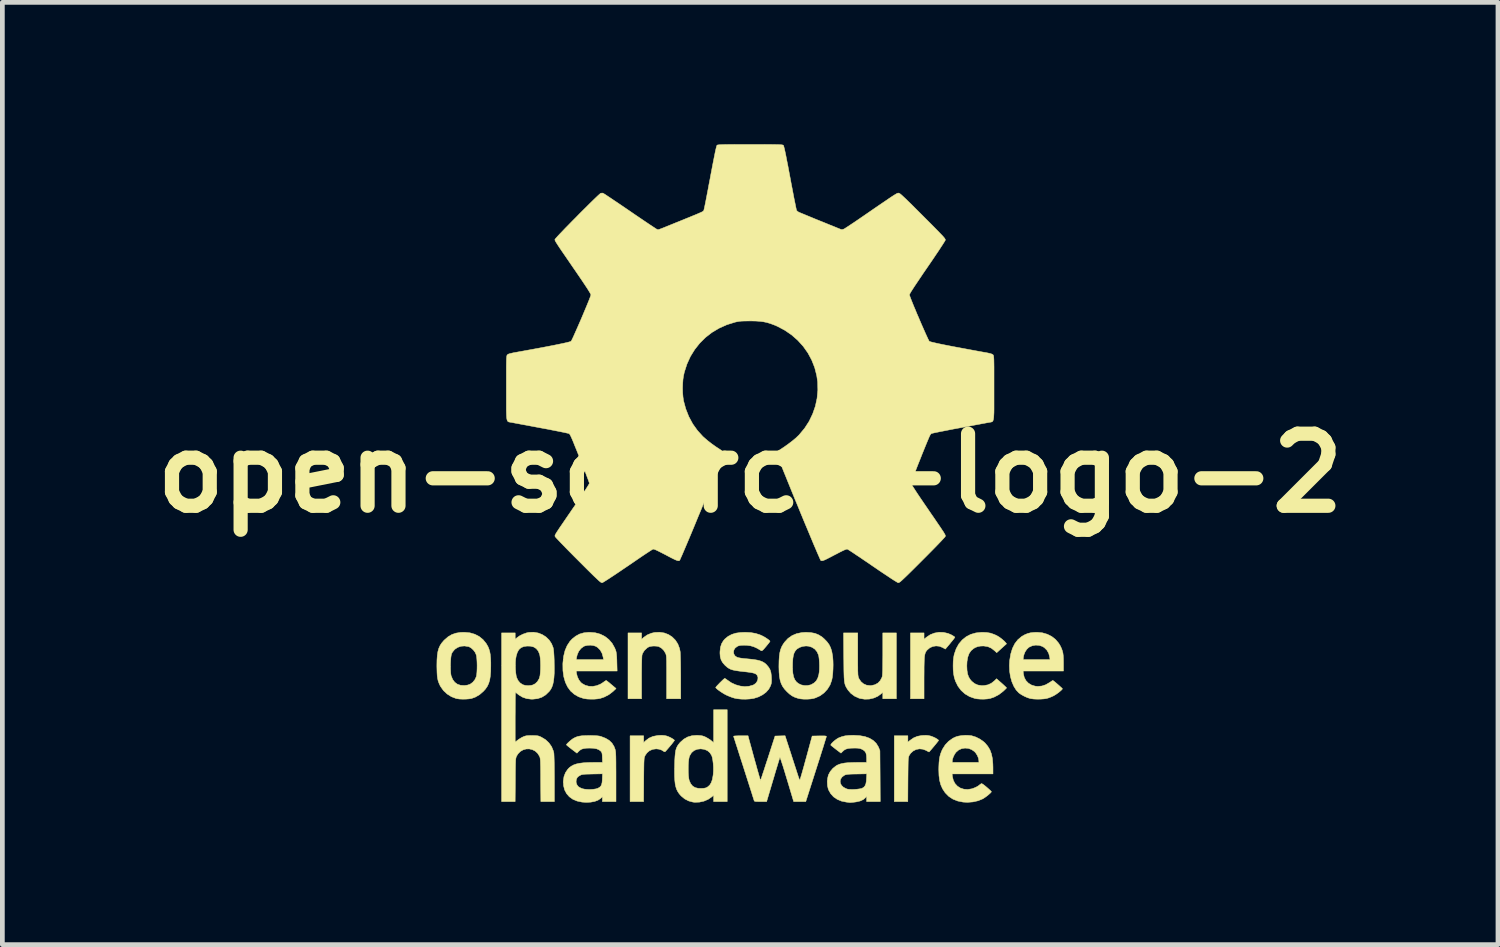
<source format=kicad_pcb>
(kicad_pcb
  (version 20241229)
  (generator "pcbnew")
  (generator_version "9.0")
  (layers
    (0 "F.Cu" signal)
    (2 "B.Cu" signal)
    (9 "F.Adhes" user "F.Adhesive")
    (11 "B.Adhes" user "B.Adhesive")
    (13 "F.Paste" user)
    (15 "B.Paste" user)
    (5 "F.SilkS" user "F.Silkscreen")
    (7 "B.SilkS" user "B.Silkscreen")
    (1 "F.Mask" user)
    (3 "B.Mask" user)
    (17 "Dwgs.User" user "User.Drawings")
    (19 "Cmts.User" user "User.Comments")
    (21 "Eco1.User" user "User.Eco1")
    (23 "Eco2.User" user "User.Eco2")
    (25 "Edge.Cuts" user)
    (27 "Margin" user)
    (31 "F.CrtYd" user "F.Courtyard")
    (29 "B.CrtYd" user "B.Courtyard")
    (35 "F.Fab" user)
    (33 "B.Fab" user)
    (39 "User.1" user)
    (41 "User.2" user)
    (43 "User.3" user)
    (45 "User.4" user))
  (footprint "open-source-logo-2"
    (layer "F.Cu")
    (at 12.816 6.957)
    (property "Reference" "open-source-logo-2" (at 0 0 0) (layer "F.SilkS") (effects (font (size 1.524 1.524) (thickness 0.3))))
    (attr through_hole)
    (fp_poly (pts (xy 4.089 3.368) (xy 4.185 3.39) (xy 4.253 3.419) (xy 4.289 3.44) (xy 4.316 3.457) (xy 4.329 3.469) (xy 4.329 3.47) (xy 4.322 3.482) (xy 4.304 3.508) (xy 4.276 3.543) (xy 4.241 3.585) (xy 4.229 3.601) (xy 4.128 3.721) (xy 4.07 3.688) (xy 4.003 3.661) (xy 3.931 3.654) (xy 3.862 3.665) (xy 3.798 3.694) (xy 3.745 3.739) (xy 3.729 3.758) (xy 3.716 3.777) (xy 3.705 3.799) (xy 3.697 3.825) (xy 3.69 3.859) (xy 3.685 3.901) (xy 3.682 3.954) (xy 3.68 4.021) (xy 3.678 4.103) (xy 3.678 4.203) (xy 3.677 4.322) (xy 3.677 4.771) (xy 3.39 4.771) (xy 3.39 3.379) (xy 3.677 3.379) (xy 3.677 3.513) (xy 3.73 3.469) (xy 3.809 3.416) (xy 3.898 3.382) (xy 3.993 3.365) (xy 4.089 3.368)) (stroke (width 0.01) (type solid)) (fill yes) (layer "F.SilkS"))
    (fp_poly (pts (xy -1.806 5.55) (xy -1.766 5.559) (xy -1.73 5.572) (xy -1.69 5.59) (xy -1.652 5.611) (xy -1.622 5.63) (xy -1.604 5.646) (xy -1.601 5.652) (xy -1.608 5.663) (xy -1.626 5.687) (xy -1.652 5.721) (xy -1.683 5.759) (xy -1.716 5.798) (xy -1.748 5.835) (xy -1.775 5.866) (xy -1.794 5.886) (xy -1.8 5.892) (xy -1.817 5.891) (xy -1.832 5.882) (xy -1.874 5.856) (xy -1.928 5.838) (xy -1.987 5.831) (xy -1.988 5.831) (xy -2.062 5.841) (xy -2.129 5.87) (xy -2.183 5.916) (xy -2.221 5.971) (xy -2.227 5.985) (xy -2.233 5.998) (xy -2.237 6.012) (xy -2.241 6.031) (xy -2.243 6.057) (xy -2.245 6.09) (xy -2.247 6.135) (xy -2.248 6.192) (xy -2.249 6.265) (xy -2.25 6.355) (xy -2.251 6.464) (xy -2.251 6.485) (xy -2.254 6.946) (xy -2.54 6.946) (xy -2.54 5.555) (xy -2.253 5.555) (xy -2.253 5.699) (xy -2.211 5.659) (xy -2.141 5.605) (xy -2.057 5.568) (xy -1.959 5.549) (xy -1.928 5.546) (xy -1.86 5.545) (xy -1.806 5.55)) (stroke (width 0.01) (type solid)) (fill yes) (layer "F.SilkS"))
    (fp_poly (pts (xy 3.766 5.549) (xy 3.809 5.558) (xy 3.827 5.563) (xy 3.869 5.579) (xy 3.911 5.598) (xy 3.947 5.619) (xy 3.973 5.637) (xy 3.985 5.652) (xy 3.985 5.654) (xy 3.977 5.665) (xy 3.958 5.689) (xy 3.932 5.722) (xy 3.901 5.76) (xy 3.868 5.799) (xy 3.837 5.836) (xy 3.81 5.867) (xy 3.791 5.889) (xy 3.783 5.897) (xy 3.783 5.897) (xy 3.773 5.892) (xy 3.749 5.88) (xy 3.721 5.864) (xy 3.651 5.838) (xy 3.58 5.831) (xy 3.511 5.844) (xy 3.449 5.875) (xy 3.395 5.923) (xy 3.364 5.969) (xy 3.359 5.98) (xy 3.354 5.993) (xy 3.35 6.008) (xy 3.347 6.028) (xy 3.344 6.055) (xy 3.342 6.091) (xy 3.341 6.14) (xy 3.34 6.201) (xy 3.339 6.279) (xy 3.338 6.374) (xy 3.337 6.48) (xy 3.334 6.946) (xy 3.048 6.946) (xy 3.048 5.555) (xy 3.335 5.555) (xy 3.335 5.689) (xy 3.383 5.65) (xy 3.457 5.599) (xy 3.536 5.566) (xy 3.625 5.549) (xy 3.66 5.547) (xy 3.72 5.545) (xy 3.766 5.549)) (stroke (width 0.01) (type solid)) (fill yes) (layer "F.SilkS"))
    (fp_poly (pts (xy -1.816 3.38) (xy -1.727 3.414) (xy -1.648 3.466) (xy -1.582 3.532) (xy -1.53 3.613) (xy -1.494 3.707) (xy -1.48 3.777) (xy -1.478 3.807) (xy -1.476 3.855) (xy -1.474 3.92) (xy -1.472 3.998) (xy -1.471 4.086) (xy -1.47 4.182) (xy -1.469 4.283) (xy -1.469 4.315) (xy -1.469 4.771) (xy -1.767 4.771) (xy -1.767 4.315) (xy -1.767 4.203) (xy -1.767 4.111) (xy -1.768 4.036) (xy -1.768 3.977) (xy -1.77 3.931) (xy -1.771 3.895) (xy -1.774 3.869) (xy -1.777 3.849) (xy -1.781 3.833) (xy -1.786 3.819) (xy -1.792 3.806) (xy -1.793 3.804) (xy -1.829 3.746) (xy -1.878 3.699) (xy -1.932 3.669) (xy -1.938 3.666) (xy -1.972 3.66) (xy -2.016 3.657) (xy -2.055 3.657) (xy -2.101 3.662) (xy -2.136 3.671) (xy -2.167 3.687) (xy -2.178 3.695) (xy -2.235 3.747) (xy -2.274 3.809) (xy -2.286 3.842) (xy -2.289 3.863) (xy -2.291 3.904) (xy -2.293 3.963) (xy -2.295 4.039) (xy -2.296 4.128) (xy -2.297 4.23) (xy -2.297 4.326) (xy -2.297 4.771) (xy -2.584 4.771) (xy -2.584 3.379) (xy -2.297 3.379) (xy -2.297 3.514) (xy -2.251 3.473) (xy -2.178 3.422) (xy -2.092 3.386) (xy -2.018 3.369) (xy -1.914 3.365) (xy -1.816 3.38)) (stroke (width 0.01) (type solid)) (fill yes) (layer "F.SilkS"))
    (fp_poly (pts (xy 2.275 3.835) (xy 2.275 3.947) (xy 2.275 4.039) (xy 2.276 4.114) (xy 2.276 4.173) (xy 2.278 4.22) (xy 2.279 4.255) (xy 2.282 4.281) (xy 2.285 4.301) (xy 2.289 4.317) (xy 2.294 4.331) (xy 2.3 4.345) (xy 2.301 4.346) (xy 2.342 4.409) (xy 2.396 4.455) (xy 2.461 4.484) (xy 2.536 4.493) (xy 2.562 4.492) (xy 2.638 4.475) (xy 2.701 4.44) (xy 2.751 4.388) (xy 2.786 4.322) (xy 2.793 4.3) (xy 2.796 4.276) (xy 2.799 4.231) (xy 2.802 4.165) (xy 2.803 4.08) (xy 2.804 3.977) (xy 2.805 3.855) (xy 2.805 3.818) (xy 2.805 3.379) (xy 3.092 3.379) (xy 3.092 4.771) (xy 2.805 4.771) (xy 2.805 4.634) (xy 2.775 4.662) (xy 2.7 4.718) (xy 2.614 4.756) (xy 2.52 4.778) (xy 2.423 4.781) (xy 2.327 4.766) (xy 2.297 4.757) (xy 2.208 4.716) (xy 2.131 4.659) (xy 2.07 4.589) (xy 2.063 4.579) (xy 2.046 4.551) (xy 2.031 4.527) (xy 2.019 4.502) (xy 2.009 4.477) (xy 2.001 4.447) (xy 1.994 4.412) (xy 1.99 4.369) (xy 1.986 4.315) (xy 1.984 4.249) (xy 1.982 4.169) (xy 1.981 4.072) (xy 1.98 3.956) (xy 1.979 3.89) (xy 1.975 3.379) (xy 2.275 3.379) (xy 2.275 3.835)) (stroke (width 0.01) (type solid)) (fill yes) (layer "F.SilkS"))
    (fp_poly (pts (xy 5.002 3.37) (xy 5.084 3.384) (xy 5.163 3.412) (xy 5.214 3.435) (xy 5.266 3.466) (xy 5.32 3.506) (xy 5.369 3.548) (xy 5.403 3.584) (xy 5.422 3.609) (xy 5.318 3.703) (xy 5.214 3.797) (xy 5.17 3.756) (xy 5.101 3.702) (xy 5.027 3.669) (xy 4.946 3.656) (xy 4.932 3.655) (xy 4.864 3.658) (xy 4.81 3.669) (xy 4.761 3.688) (xy 4.724 3.71) (xy 4.671 3.755) (xy 4.63 3.815) (xy 4.602 3.892) (xy 4.586 3.985) (xy 4.582 4.075) (xy 4.586 4.169) (xy 4.598 4.247) (xy 4.621 4.311) (xy 4.655 4.366) (xy 4.686 4.402) (xy 4.747 4.451) (xy 4.815 4.481) (xy 4.892 4.493) (xy 4.947 4.492) (xy 5.028 4.477) (xy 5.1 4.444) (xy 5.165 4.393) (xy 5.211 4.348) (xy 5.317 4.441) (xy 5.356 4.476) (xy 5.389 4.507) (xy 5.412 4.529) (xy 5.422 4.54) (xy 5.422 4.541) (xy 5.415 4.551) (xy 5.394 4.572) (xy 5.365 4.6) (xy 5.351 4.613) (xy 5.259 4.684) (xy 5.158 4.737) (xy 5.075 4.765) (xy 5.015 4.775) (xy 4.942 4.78) (xy 4.867 4.779) (xy 4.796 4.773) (xy 4.749 4.764) (xy 4.639 4.725) (xy 4.543 4.668) (xy 4.461 4.594) (xy 4.394 4.505) (xy 4.342 4.4) (xy 4.317 4.321) (xy 4.303 4.25) (xy 4.294 4.166) (xy 4.292 4.074) (xy 4.294 3.983) (xy 4.303 3.899) (xy 4.316 3.831) (xy 4.357 3.713) (xy 4.413 3.612) (xy 4.484 3.528) (xy 4.568 3.46) (xy 4.664 3.41) (xy 4.773 3.379) (xy 4.893 3.366) (xy 4.909 3.366) (xy 5.002 3.37)) (stroke (width 0.01) (type solid)) (fill yes) (layer "F.SilkS"))
    (fp_poly (pts (xy -3.276 3.376) (xy -3.17 3.405) (xy -3.074 3.453) (xy -2.99 3.518) (xy -2.92 3.599) (xy -2.866 3.695) (xy -2.848 3.739) (xy -2.838 3.768) (xy -2.832 3.799) (xy -2.827 3.837) (xy -2.823 3.885) (xy -2.82 3.949) (xy -2.819 3.995) (xy -2.814 4.185) (xy -3.679 4.185) (xy -3.672 4.238) (xy -3.655 4.305) (xy -3.625 4.369) (xy -3.585 4.423) (xy -3.558 4.447) (xy -3.489 4.486) (xy -3.412 4.507) (xy -3.33 4.51) (xy -3.247 4.495) (xy -3.166 4.462) (xy -3.112 4.428) (xy -3.081 4.405) (xy -3.057 4.39) (xy -3.046 4.384) (xy -3.035 4.391) (xy -3.011 4.409) (xy -2.977 4.436) (xy -2.938 4.47) (xy -2.937 4.47) (xy -2.836 4.555) (xy -2.902 4.618) (xy -2.988 4.684) (xy -3.088 4.736) (xy -3.175 4.765) (xy -3.23 4.774) (xy -3.299 4.78) (xy -3.373 4.78) (xy -3.446 4.777) (xy -3.508 4.768) (xy -3.524 4.765) (xy -3.63 4.729) (xy -3.721 4.676) (xy -3.799 4.607) (xy -3.861 4.522) (xy -3.909 4.422) (xy -3.942 4.306) (xy -3.96 4.177) (xy -3.962 4.033) (xy -3.961 4.014) (xy -3.953 3.943) (xy -3.678 3.943) (xy -3.101 3.943) (xy -3.109 3.896) (xy -3.132 3.812) (xy -3.171 3.742) (xy -3.225 3.687) (xy -3.263 3.663) (xy -3.314 3.646) (xy -3.375 3.638) (xy -3.439 3.641) (xy -3.496 3.654) (xy -3.519 3.663) (xy -3.578 3.707) (xy -3.625 3.766) (xy -3.657 3.838) (xy -3.671 3.896) (xy -3.678 3.943) (xy -3.953 3.943) (xy -3.946 3.876) (xy -3.916 3.753) (xy -3.871 3.647) (xy -3.811 3.556) (xy -3.764 3.506) (xy -3.687 3.445) (xy -3.607 3.402) (xy -3.519 3.377) (xy -3.419 3.366) (xy -3.39 3.366) (xy -3.276 3.376)) (stroke (width 0.01) (type solid)) (fill yes) (layer "F.SilkS"))
    (fp_poly (pts (xy -0.486 6.946) (xy -0.773 6.946) (xy -0.773 6.812) (xy -0.812 6.846) (xy -0.889 6.899) (xy -0.978 6.937) (xy -1.075 6.958) (xy -1.174 6.961) (xy -1.21 6.957) (xy -1.3 6.933) (xy -1.384 6.89) (xy -1.459 6.828) (xy -1.463 6.824) (xy -1.5 6.782) (xy -1.53 6.738) (xy -1.554 6.691) (xy -1.572 6.637) (xy -1.586 6.575) (xy -1.594 6.5) (xy -1.599 6.412) (xy -1.6 6.307) (xy -1.599 6.255) (xy -1.31 6.255) (xy -1.309 6.33) (xy -1.305 6.4) (xy -1.298 6.458) (xy -1.289 6.501) (xy -1.288 6.502) (xy -1.258 6.569) (xy -1.217 6.618) (xy -1.165 6.65) (xy -1.1 6.666) (xy -1.032 6.668) (xy -0.983 6.665) (xy -0.948 6.659) (xy -0.921 6.649) (xy -0.898 6.635) (xy -0.856 6.598) (xy -0.824 6.547) (xy -0.8 6.48) (xy -0.785 6.395) (xy -0.782 6.372) (xy -0.777 6.297) (xy -0.777 6.218) (xy -0.782 6.139) (xy -0.791 6.067) (xy -0.803 6.007) (xy -0.815 5.971) (xy -0.853 5.912) (xy -0.905 5.868) (xy -0.971 5.841) (xy -1.047 5.831) (xy -1.048 5.831) (xy -1.124 5.84) (xy -1.189 5.868) (xy -1.241 5.913) (xy -1.278 5.975) (xy -1.289 6.004) (xy -1.298 6.049) (xy -1.305 6.109) (xy -1.309 6.179) (xy -1.31 6.255) (xy -1.599 6.255) (xy -1.598 6.182) (xy -1.598 6.175) (xy -1.595 6.071) (xy -1.59 5.987) (xy -1.583 5.918) (xy -1.574 5.862) (xy -1.56 5.816) (xy -1.541 5.776) (xy -1.518 5.74) (xy -1.488 5.703) (xy -1.478 5.692) (xy -1.404 5.626) (xy -1.323 5.58) (xy -1.232 5.553) (xy -1.13 5.545) (xy -1.104 5.546) (xy -1.05 5.55) (xy -1.008 5.557) (xy -0.969 5.57) (xy -0.937 5.585) (xy -0.893 5.61) (xy -0.848 5.638) (xy -0.82 5.66) (xy -0.773 5.7) (xy -0.773 5.003) (xy -0.486 5.003) (xy -0.486 6.946)) (stroke (width 0.01) (type solid)) (fill yes) (layer "F.SilkS"))
    (fp_poly (pts (xy 1.282 3.372) (xy 1.373 3.389) (xy 1.452 3.422) (xy 1.525 3.469) (xy 1.566 3.505) (xy 1.624 3.565) (xy 1.669 3.626) (xy 1.701 3.691) (xy 1.725 3.765) (xy 1.741 3.855) (xy 1.746 3.89) (xy 1.752 3.968) (xy 1.754 4.055) (xy 1.752 4.146) (xy 1.747 4.234) (xy 1.738 4.313) (xy 1.726 4.376) (xy 1.725 4.38) (xy 1.689 4.48) (xy 1.634 4.569) (xy 1.563 4.646) (xy 1.479 4.708) (xy 1.382 4.752) (xy 1.34 4.765) (xy 1.282 4.775) (xy 1.211 4.78) (xy 1.136 4.78) (xy 1.067 4.774) (xy 1.017 4.764) (xy 0.947 4.741) (xy 0.888 4.712) (xy 0.831 4.671) (xy 0.776 4.62) (xy 0.726 4.566) (xy 0.686 4.51) (xy 0.656 4.45) (xy 0.634 4.382) (xy 0.619 4.303) (xy 0.611 4.209) (xy 0.609 4.14) (xy 0.896 4.14) (xy 0.903 4.232) (xy 0.918 4.307) (xy 0.943 4.367) (xy 0.977 4.414) (xy 1.021 4.45) (xy 1.077 4.477) (xy 1.079 4.478) (xy 1.141 4.491) (xy 1.209 4.492) (xy 1.272 4.479) (xy 1.292 4.472) (xy 1.352 4.437) (xy 1.397 4.394) (xy 1.429 4.337) (xy 1.451 4.265) (xy 1.46 4.21) (xy 1.465 4.148) (xy 1.466 4.076) (xy 1.464 4.003) (xy 1.459 3.934) (xy 1.452 3.877) (xy 1.446 3.849) (xy 1.415 3.779) (xy 1.369 3.723) (xy 1.309 3.683) (xy 1.238 3.66) (xy 1.182 3.655) (xy 1.112 3.663) (xy 1.047 3.685) (xy 0.993 3.717) (xy 0.975 3.734) (xy 0.947 3.77) (xy 0.927 3.81) (xy 0.913 3.859) (xy 0.903 3.922) (xy 0.898 4.001) (xy 0.897 4.028) (xy 0.896 4.14) (xy 0.609 4.14) (xy 0.608 4.097) (xy 0.608 4.081) (xy 0.61 3.969) (xy 0.616 3.875) (xy 0.627 3.797) (xy 0.644 3.729) (xy 0.668 3.669) (xy 0.7 3.614) (xy 0.727 3.575) (xy 0.8 3.496) (xy 0.885 3.436) (xy 0.981 3.395) (xy 1.09 3.372) (xy 1.177 3.366) (xy 1.282 3.372)) (stroke (width 0.01) (type solid)) (fill yes) (layer "F.SilkS"))
    (fp_poly (pts (xy 4.618 5.546) (xy 4.681 5.553) (xy 4.685 5.554) (xy 4.769 5.58) (xy 4.854 5.622) (xy 4.931 5.675) (xy 4.968 5.708) (xy 5.025 5.776) (xy 5.07 5.851) (xy 5.102 5.937) (xy 5.123 6.036) (xy 5.133 6.152) (xy 5.135 6.226) (xy 5.135 6.361) (xy 4.271 6.361) (xy 4.277 6.416) (xy 4.297 6.498) (xy 4.333 6.566) (xy 4.384 6.621) (xy 4.447 6.661) (xy 4.52 6.684) (xy 4.602 6.69) (xy 4.688 6.676) (xy 4.701 6.672) (xy 4.748 6.654) (xy 4.795 6.632) (xy 4.826 6.613) (xy 4.855 6.59) (xy 4.879 6.573) (xy 4.887 6.566) (xy 4.9 6.567) (xy 4.926 6.582) (xy 4.964 6.611) (xy 5.001 6.642) (xy 5.04 6.676) (xy 5.072 6.705) (xy 5.094 6.727) (xy 5.102 6.737) (xy 5.102 6.737) (xy 5.094 6.751) (xy 5.071 6.774) (xy 5.039 6.802) (xy 5.002 6.832) (xy 4.963 6.86) (xy 4.928 6.883) (xy 4.919 6.888) (xy 4.822 6.928) (xy 4.713 6.953) (xy 4.597 6.962) (xy 4.503 6.957) (xy 4.389 6.934) (xy 4.288 6.894) (xy 4.2 6.836) (xy 4.126 6.761) (xy 4.118 6.75) (xy 4.069 6.676) (xy 4.032 6.593) (xy 4.007 6.501) (xy 3.993 6.395) (xy 3.989 6.273) (xy 3.99 6.212) (xy 3.994 6.122) (xy 3.997 6.092) (xy 4.274 6.092) (xy 4.274 6.118) (xy 4.837 6.118) (xy 4.837 6.085) (xy 4.829 6.032) (xy 4.806 5.974) (xy 4.773 5.921) (xy 4.745 5.889) (xy 4.683 5.846) (xy 4.615 5.821) (xy 4.544 5.815) (xy 4.474 5.826) (xy 4.409 5.855) (xy 4.354 5.903) (xy 4.353 5.903) (xy 4.322 5.948) (xy 4.296 6.001) (xy 4.278 6.055) (xy 4.274 6.092) (xy 3.997 6.092) (xy 4.001 6.048) (xy 4.013 5.986) (xy 4.03 5.928) (xy 4.053 5.87) (xy 4.069 5.836) (xy 4.126 5.746) (xy 4.199 5.669) (xy 4.287 5.607) (xy 4.353 5.576) (xy 4.406 5.561) (xy 4.473 5.55) (xy 4.546 5.545) (xy 4.618 5.546)) (stroke (width 0.01) (type solid)) (fill yes) (layer "F.SilkS"))
    (fp_poly (pts (xy 6.181 3.377) (xy 6.284 3.407) (xy 6.377 3.454) (xy 6.459 3.518) (xy 6.526 3.598) (xy 6.56 3.655) (xy 6.584 3.706) (xy 6.601 3.753) (xy 6.614 3.801) (xy 6.621 3.856) (xy 6.625 3.922) (xy 6.626 4.004) (xy 6.626 4.011) (xy 6.626 4.185) (xy 5.773 4.185) (xy 5.779 4.245) (xy 5.797 4.322) (xy 5.833 4.388) (xy 5.885 4.442) (xy 5.951 4.482) (xy 6.028 4.505) (xy 6.084 4.51) (xy 6.17 4.502) (xy 6.251 4.475) (xy 6.332 4.428) (xy 6.333 4.428) (xy 6.365 4.406) (xy 6.389 4.39) (xy 6.401 4.384) (xy 6.401 4.384) (xy 6.412 4.391) (xy 6.436 4.409) (xy 6.467 4.435) (xy 6.503 4.466) (xy 6.538 4.497) (xy 6.569 4.525) (xy 6.593 4.547) (xy 6.604 4.56) (xy 6.604 4.561) (xy 6.595 4.575) (xy 6.572 4.598) (xy 6.539 4.626) (xy 6.5 4.656) (xy 6.459 4.684) (xy 6.42 4.707) (xy 6.415 4.71) (xy 6.366 4.732) (xy 6.312 4.753) (xy 6.272 4.765) (xy 6.215 4.774) (xy 6.145 4.779) (xy 6.071 4.78) (xy 5.999 4.777) (xy 5.939 4.769) (xy 5.922 4.766) (xy 5.862 4.747) (xy 5.797 4.718) (xy 5.735 4.684) (xy 5.686 4.65) (xy 5.685 4.65) (xy 5.626 4.587) (xy 5.576 4.507) (xy 5.535 4.412) (xy 5.505 4.305) (xy 5.487 4.19) (xy 5.482 4.069) (xy 5.488 3.958) (xy 5.491 3.943) (xy 5.773 3.943) (xy 6.342 3.943) (xy 6.335 3.892) (xy 6.314 3.811) (xy 6.276 3.744) (xy 6.222 3.69) (xy 6.182 3.665) (xy 6.113 3.642) (xy 6.039 3.637) (xy 5.966 3.65) (xy 5.9 3.68) (xy 5.889 3.688) (xy 5.848 3.728) (xy 5.813 3.782) (xy 5.789 3.843) (xy 5.779 3.887) (xy 5.773 3.943) (xy 5.491 3.943) (xy 5.511 3.824) (xy 5.547 3.706) (xy 5.597 3.606) (xy 5.662 3.522) (xy 5.74 3.456) (xy 5.8 3.421) (xy 5.865 3.393) (xy 5.931 3.376) (xy 6.004 3.368) (xy 6.07 3.366) (xy 6.181 3.377)) (stroke (width 0.01) (type solid)) (fill yes) (layer "F.SilkS"))
    (fp_poly (pts (xy -5.927 3.377) (xy -5.824 3.407) (xy -5.731 3.455) (xy -5.65 3.521) (xy -5.583 3.603) (xy -5.544 3.671) (xy -5.524 3.721) (xy -5.508 3.775) (xy -5.497 3.836) (xy -5.49 3.91) (xy -5.486 3.999) (xy -5.486 4.081) (xy -5.488 4.196) (xy -5.496 4.293) (xy -5.509 4.375) (xy -5.53 4.445) (xy -5.558 4.506) (xy -5.596 4.562) (xy -5.641 4.613) (xy -5.725 4.686) (xy -5.816 4.738) (xy -5.892 4.765) (xy -5.946 4.774) (xy -6.012 4.779) (xy -6.083 4.78) (xy -6.151 4.777) (xy -6.208 4.768) (xy -6.221 4.765) (xy -6.32 4.727) (xy -6.41 4.67) (xy -6.487 4.598) (xy -6.548 4.512) (xy -6.564 4.482) (xy -6.584 4.436) (xy -6.6 4.391) (xy -6.611 4.341) (xy -6.619 4.284) (xy -6.623 4.214) (xy -6.625 4.13) (xy -6.626 4.097) (xy -6.339 4.097) (xy -6.337 4.164) (xy -6.334 4.224) (xy -6.328 4.27) (xy -6.324 4.287) (xy -6.292 4.364) (xy -6.248 4.423) (xy -6.192 4.464) (xy -6.123 4.487) (xy -6.042 4.491) (xy -6.041 4.491) (xy -5.98 4.483) (xy -5.929 4.466) (xy -5.923 4.464) (xy -5.867 4.423) (xy -5.822 4.368) (xy -5.792 4.303) (xy -5.792 4.302) (xy -5.784 4.262) (xy -5.779 4.205) (xy -5.776 4.138) (xy -5.775 4.065) (xy -5.777 3.993) (xy -5.781 3.927) (xy -5.787 3.873) (xy -5.794 3.842) (xy -5.818 3.788) (xy -5.856 3.738) (xy -5.901 3.697) (xy -5.949 3.67) (xy -5.958 3.668) (xy -6.04 3.655) (xy -6.118 3.661) (xy -6.188 3.686) (xy -6.249 3.727) (xy -6.296 3.784) (xy -6.315 3.82) (xy -6.323 3.851) (xy -6.33 3.899) (xy -6.335 3.96) (xy -6.338 4.028) (xy -6.339 4.097) (xy -6.626 4.097) (xy -6.626 4.064) (xy -6.624 3.95) (xy -6.617 3.855) (xy -6.605 3.775) (xy -6.586 3.707) (xy -6.559 3.647) (xy -6.524 3.593) (xy -6.479 3.54) (xy -6.461 3.523) (xy -6.387 3.459) (xy -6.31 3.414) (xy -6.224 3.384) (xy -6.126 3.368) (xy -6.04 3.366) (xy -5.927 3.377)) (stroke (width 0.01) (type solid)) (fill yes) (layer "F.SilkS"))
    (fp_poly (pts (xy 2.312 5.551) (xy 2.426 5.571) (xy 2.523 5.606) (xy 2.603 5.654) (xy 2.666 5.715) (xy 2.712 5.79) (xy 2.718 5.804) (xy 2.744 5.87) (xy 2.748 6.408) (xy 2.751 6.946) (xy 2.463 6.946) (xy 2.463 6.834) (xy 2.435 6.867) (xy 2.389 6.905) (xy 2.325 6.934) (xy 2.242 6.953) (xy 2.212 6.957) (xy 2.168 6.962) (xy 2.133 6.965) (xy 2.112 6.967) (xy 2.109 6.967) (xy 2.096 6.965) (xy 2.068 6.961) (xy 2.032 6.957) (xy 1.93 6.936) (xy 1.84 6.898) (xy 1.764 6.846) (xy 1.703 6.779) (xy 1.659 6.701) (xy 1.65 6.676) (xy 1.635 6.61) (xy 1.631 6.535) (xy 1.633 6.511) (xy 1.903 6.511) (xy 1.908 6.559) (xy 1.931 6.603) (xy 1.971 6.642) (xy 2.024 6.671) (xy 2.058 6.683) (xy 2.096 6.688) (xy 2.147 6.69) (xy 2.205 6.689) (xy 2.264 6.684) (xy 2.316 6.677) (xy 2.357 6.669) (xy 2.37 6.663) (xy 2.405 6.641) (xy 2.43 6.611) (xy 2.447 6.569) (xy 2.457 6.512) (xy 2.46 6.464) (xy 2.466 6.359) (xy 2.252 6.363) (xy 2.176 6.364) (xy 2.118 6.366) (xy 2.076 6.369) (xy 2.045 6.373) (xy 2.021 6.378) (xy 2.003 6.384) (xy 1.994 6.389) (xy 1.945 6.424) (xy 1.914 6.469) (xy 1.903 6.511) (xy 1.633 6.511) (xy 1.637 6.458) (xy 1.653 6.39) (xy 1.656 6.381) (xy 1.695 6.308) (xy 1.751 6.242) (xy 1.819 6.189) (xy 1.848 6.173) (xy 1.891 6.155) (xy 1.939 6.142) (xy 1.998 6.131) (xy 2.068 6.124) (xy 2.153 6.12) (xy 2.257 6.118) (xy 2.289 6.118) (xy 2.463 6.118) (xy 2.463 6.032) (xy 2.459 5.967) (xy 2.448 5.919) (xy 2.426 5.883) (xy 2.392 5.855) (xy 2.369 5.842) (xy 2.341 5.83) (xy 2.313 5.822) (xy 2.28 5.817) (xy 2.236 5.815) (xy 2.198 5.815) (xy 2.125 5.817) (xy 2.068 5.824) (xy 2.024 5.837) (xy 1.988 5.857) (xy 1.959 5.883) (xy 1.92 5.921) (xy 1.816 5.842) (xy 1.775 5.81) (xy 1.74 5.782) (xy 1.715 5.762) (xy 1.705 5.752) (xy 1.708 5.737) (xy 1.725 5.714) (xy 1.753 5.685) (xy 1.788 5.655) (xy 1.825 5.627) (xy 1.862 5.604) (xy 1.872 5.599) (xy 1.936 5.574) (xy 2.006 5.556) (xy 2.086 5.547) (xy 2.182 5.544) (xy 2.312 5.551)) (stroke (width 0.01) (type solid)) (fill yes) (layer "F.SilkS"))
    (fp_poly (pts (xy 0.856 5.916) (xy 0.885 6.007) (xy 0.914 6.096) (xy 0.941 6.18) (xy 0.966 6.255) (xy 0.986 6.319) (xy 1.002 6.366) (xy 1.008 6.386) (xy 1.023 6.431) (xy 1.036 6.466) (xy 1.046 6.488) (xy 1.05 6.494) (xy 1.054 6.483) (xy 1.063 6.454) (xy 1.077 6.407) (xy 1.095 6.346) (xy 1.116 6.272) (xy 1.14 6.187) (xy 1.165 6.094) (xy 1.184 6.027) (xy 1.311 5.56) (xy 1.462 5.557) (xy 1.526 5.557) (xy 1.57 5.557) (xy 1.597 5.56) (xy 1.61 5.564) (xy 1.612 5.568) (xy 1.609 5.581) (xy 1.6 5.612) (xy 1.584 5.662) (xy 1.564 5.727) (xy 1.54 5.806) (xy 1.511 5.896) (xy 1.479 5.998) (xy 1.444 6.107) (xy 1.407 6.223) (xy 1.394 6.264) (xy 1.176 6.946) (xy 0.92 6.946) (xy 0.778 6.472) (xy 0.748 6.374) (xy 0.721 6.284) (xy 0.696 6.203) (xy 0.673 6.134) (xy 0.655 6.078) (xy 0.641 6.038) (xy 0.632 6.015) (xy 0.629 6.011) (xy 0.624 6.024) (xy 0.614 6.056) (xy 0.599 6.105) (xy 0.58 6.168) (xy 0.557 6.243) (xy 0.531 6.329) (xy 0.504 6.422) (xy 0.485 6.485) (xy 0.348 6.946) (xy 0.219 6.946) (xy 0.164 6.946) (xy 0.127 6.945) (xy 0.104 6.942) (xy 0.091 6.937) (xy 0.085 6.929) (xy 0.082 6.921) (xy 0.077 6.904) (xy 0.066 6.869) (xy 0.049 6.817) (xy 0.029 6.752) (xy 0.004 6.675) (xy -0.024 6.587) (xy -0.054 6.493) (xy -0.086 6.393) (xy -0.119 6.29) (xy -0.152 6.186) (xy -0.185 6.084) (xy -0.217 5.985) (xy -0.247 5.891) (xy -0.274 5.805) (xy -0.299 5.73) (xy -0.319 5.666) (xy -0.335 5.616) (xy -0.346 5.584) (xy -0.35 5.569) (xy -0.35 5.569) (xy -0.348 5.563) (xy -0.334 5.559) (xy -0.305 5.557) (xy -0.259 5.555) (xy -0.2 5.555) (xy -0.045 5.555) (xy -0.036 5.591) (xy -0.003 5.712) (xy 0.03 5.831) (xy 0.061 5.946) (xy 0.091 6.055) (xy 0.12 6.157) (xy 0.145 6.249) (xy 0.168 6.329) (xy 0.187 6.396) (xy 0.202 6.448) (xy 0.213 6.483) (xy 0.218 6.499) (xy 0.219 6.499) (xy 0.223 6.488) (xy 0.233 6.458) (xy 0.249 6.412) (xy 0.269 6.35) (xy 0.294 6.276) (xy 0.321 6.192) (xy 0.351 6.1) (xy 0.375 6.028) (xy 0.526 5.56) (xy 0.632 5.557) (xy 0.738 5.554) (xy 0.856 5.916)) (stroke (width 0.01) (type solid)) (fill yes) (layer "F.SilkS"))
    (fp_poly (pts (xy -3.401 5.549) (xy -3.326 5.55) (xy -3.268 5.552) (xy -3.223 5.556) (xy -3.187 5.561) (xy -3.155 5.569) (xy -3.153 5.57) (xy -3.058 5.607) (xy -2.981 5.653) (xy -2.922 5.711) (xy -2.879 5.781) (xy -2.856 5.842) (xy -2.852 5.859) (xy -2.848 5.88) (xy -2.845 5.907) (xy -2.843 5.943) (xy -2.841 5.989) (xy -2.84 6.047) (xy -2.839 6.119) (xy -2.839 6.208) (xy -2.838 6.315) (xy -2.838 6.424) (xy -2.838 6.946) (xy -3.125 6.946) (xy -3.125 6.844) (xy -3.169 6.884) (xy -3.221 6.918) (xy -3.29 6.943) (xy -3.372 6.958) (xy -3.464 6.963) (xy -3.556 6.957) (xy -3.66 6.935) (xy -3.749 6.898) (xy -3.824 6.845) (xy -3.882 6.779) (xy -3.924 6.7) (xy -3.947 6.609) (xy -3.951 6.534) (xy -3.682 6.534) (xy -3.668 6.584) (xy -3.64 6.625) (xy -3.639 6.626) (xy -3.613 6.644) (xy -3.576 6.663) (xy -3.554 6.672) (xy -3.506 6.683) (xy -3.446 6.689) (xy -3.381 6.69) (xy -3.317 6.686) (xy -3.26 6.677) (xy -3.218 6.664) (xy -3.218 6.663) (xy -3.182 6.642) (xy -3.158 6.618) (xy -3.142 6.585) (xy -3.132 6.54) (xy -3.127 6.478) (xy -3.127 6.47) (xy -3.123 6.359) (xy -3.337 6.363) (xy -3.412 6.365) (xy -3.469 6.366) (xy -3.51 6.369) (xy -3.541 6.373) (xy -3.564 6.377) (xy -3.582 6.384) (xy -3.595 6.391) (xy -3.634 6.414) (xy -3.658 6.438) (xy -3.673 6.47) (xy -3.678 6.484) (xy -3.682 6.534) (xy -3.951 6.534) (xy -3.952 6.512) (xy -3.938 6.418) (xy -3.906 6.334) (xy -3.857 6.262) (xy -3.825 6.229) (xy -3.782 6.197) (xy -3.734 6.171) (xy -3.677 6.151) (xy -3.609 6.136) (xy -3.527 6.126) (xy -3.429 6.12) (xy -3.312 6.118) (xy -3.298 6.118) (xy -3.123 6.118) (xy -3.127 6.014) (xy -3.129 5.964) (xy -3.133 5.93) (xy -3.14 5.907) (xy -3.15 5.891) (xy -3.157 5.882) (xy -3.197 5.851) (xy -3.248 5.83) (xy -3.315 5.818) (xy -3.396 5.815) (xy -3.468 5.817) (xy -3.523 5.825) (xy -3.566 5.838) (xy -3.601 5.86) (xy -3.626 5.883) (xy -3.664 5.922) (xy -3.776 5.837) (xy -3.818 5.804) (xy -3.853 5.776) (xy -3.877 5.755) (xy -3.887 5.744) (xy -3.887 5.744) (xy -3.879 5.731) (xy -3.859 5.709) (xy -3.83 5.682) (xy -3.798 5.654) (xy -3.768 5.63) (xy -3.744 5.613) (xy -3.7 5.59) (xy -3.658 5.573) (xy -3.612 5.562) (xy -3.557 5.554) (xy -3.49 5.551) (xy -3.405 5.549) (xy -3.401 5.549)) (stroke (width 0.01) (type solid)) (fill yes) (layer "F.SilkS"))
    (fp_poly (pts (xy 0.012 3.372) (xy 0.115 3.39) (xy 0.209 3.42) (xy 0.261 3.444) (xy 0.306 3.468) (xy 0.348 3.495) (xy 0.384 3.52) (xy 0.409 3.541) (xy 0.42 3.555) (xy 0.42 3.555) (xy 0.413 3.567) (xy 0.395 3.592) (xy 0.367 3.627) (xy 0.335 3.666) (xy 0.299 3.708) (xy 0.274 3.736) (xy 0.256 3.751) (xy 0.244 3.757) (xy 0.234 3.755) (xy 0.227 3.751) (xy 0.148 3.704) (xy 0.076 3.671) (xy 0.006 3.651) (xy -0.068 3.641) (xy -0.121 3.639) (xy -0.175 3.64) (xy -0.213 3.644) (xy -0.243 3.651) (xy -0.27 3.662) (xy -0.274 3.665) (xy -0.317 3.697) (xy -0.343 3.738) (xy -0.352 3.782) (xy -0.345 3.826) (xy -0.32 3.865) (xy -0.281 3.892) (xy -0.248 3.903) (xy -0.199 3.912) (xy -0.137 3.92) (xy -0.117 3.922) (xy -0.01 3.932) (xy 0.078 3.942) (xy 0.15 3.954) (xy 0.208 3.969) (xy 0.256 3.987) (xy 0.295 4.009) (xy 0.33 4.036) (xy 0.354 4.061) (xy 0.394 4.11) (xy 0.422 4.16) (xy 0.439 4.217) (xy 0.448 4.287) (xy 0.45 4.324) (xy 0.452 4.379) (xy 0.45 4.421) (xy 0.445 4.454) (xy 0.434 4.488) (xy 0.431 4.498) (xy 0.392 4.57) (xy 0.335 4.634) (xy 0.262 4.688) (xy 0.176 4.732) (xy 0.078 4.763) (xy 0.067 4.765) (xy -0.011 4.776) (xy -0.1 4.781) (xy -0.191 4.779) (xy -0.276 4.77) (xy -0.331 4.759) (xy -0.382 4.743) (xy -0.441 4.721) (xy -0.496 4.697) (xy -0.505 4.693) (xy -0.55 4.669) (xy -0.597 4.64) (xy -0.642 4.61) (xy -0.682 4.581) (xy -0.711 4.556) (xy -0.727 4.538) (xy -0.729 4.533) (xy -0.721 4.521) (xy -0.702 4.498) (xy -0.673 4.468) (xy -0.641 4.434) (xy -0.607 4.401) (xy -0.576 4.371) (xy -0.552 4.35) (xy -0.538 4.34) (xy -0.537 4.34) (xy -0.524 4.347) (xy -0.501 4.363) (xy -0.482 4.377) (xy -0.398 4.434) (xy -0.306 4.476) (xy -0.21 4.503) (xy -0.115 4.514) (xy -0.024 4.507) (xy 0.059 4.483) (xy 0.077 4.475) (xy 0.118 4.445) (xy 0.147 4.405) (xy 0.163 4.359) (xy 0.164 4.314) (xy 0.148 4.276) (xy 0.133 4.258) (xy 0.113 4.244) (xy 0.084 4.232) (xy 0.045 4.222) (xy -0.008 4.213) (xy -0.078 4.204) (xy -0.135 4.198) (xy -0.228 4.187) (xy -0.302 4.176) (xy -0.362 4.164) (xy -0.41 4.149) (xy -0.45 4.129) (xy -0.486 4.105) (xy -0.521 4.074) (xy -0.531 4.065) (xy -0.581 4.008) (xy -0.614 3.95) (xy -0.633 3.885) (xy -0.639 3.808) (xy -0.638 3.771) (xy -0.628 3.682) (xy -0.604 3.607) (xy -0.565 3.542) (xy -0.533 3.506) (xy -0.467 3.452) (xy -0.392 3.412) (xy -0.305 3.384) (xy -0.204 3.37) (xy -0.105 3.366) (xy 0.012 3.372)) (stroke (width 0.01) (type solid)) (fill yes) (layer "F.SilkS"))
    (fp_poly (pts (xy -4.486 3.38) (xy -4.398 3.414) (xy -4.319 3.464) (xy -4.252 3.529) (xy -4.2 3.608) (xy -4.167 3.691) (xy -4.16 3.728) (xy -4.154 3.786) (xy -4.149 3.863) (xy -4.145 3.962) (xy -4.145 3.993) (xy -4.143 4.123) (xy -4.144 4.233) (xy -4.15 4.326) (xy -4.16 4.404) (xy -4.174 4.47) (xy -4.194 4.526) (xy -4.219 4.574) (xy -4.25 4.616) (xy -4.253 4.619) (xy -4.325 4.689) (xy -4.406 4.739) (xy -4.496 4.769) (xy -4.596 4.78) (xy -4.633 4.78) (xy -4.728 4.768) (xy -4.812 4.739) (xy -4.889 4.693) (xy -4.91 4.677) (xy -4.937 4.655) (xy -4.957 4.641) (xy -4.963 4.638) (xy -4.964 4.649) (xy -4.966 4.68) (xy -4.967 4.728) (xy -4.968 4.792) (xy -4.968 4.87) (xy -4.969 4.959) (xy -4.969 5.057) (xy -4.97 5.162) (xy -4.97 5.689) (xy -4.922 5.65) (xy -4.884 5.623) (xy -4.839 5.595) (xy -4.809 5.58) (xy -4.778 5.566) (xy -4.75 5.558) (xy -4.72 5.552) (xy -4.682 5.55) (xy -4.628 5.549) (xy -4.616 5.549) (xy -4.56 5.55) (xy -4.52 5.552) (xy -4.489 5.556) (xy -4.461 5.564) (xy -4.431 5.577) (xy -4.415 5.585) (xy -4.328 5.637) (xy -4.256 5.705) (xy -4.2 5.785) (xy -4.163 5.875) (xy -4.152 5.918) (xy -4.15 5.943) (xy -4.148 5.987) (xy -4.146 6.049) (xy -4.144 6.126) (xy -4.143 6.216) (xy -4.142 6.316) (xy -4.141 6.425) (xy -4.141 6.462) (xy -4.141 6.946) (xy -4.427 6.946) (xy -4.431 6.491) (xy -4.431 6.378) (xy -4.432 6.285) (xy -4.433 6.21) (xy -4.435 6.151) (xy -4.436 6.104) (xy -4.438 6.069) (xy -4.441 6.042) (xy -4.444 6.022) (xy -4.448 6.007) (xy -4.454 5.993) (xy -4.457 5.986) (xy -4.497 5.923) (xy -4.548 5.877) (xy -4.608 5.847) (xy -4.673 5.832) (xy -4.739 5.834) (xy -4.802 5.852) (xy -4.861 5.886) (xy -4.91 5.936) (xy -4.941 5.986) (xy -4.946 5.999) (xy -4.951 6.012) (xy -4.955 6.029) (xy -4.958 6.051) (xy -4.961 6.08) (xy -4.962 6.119) (xy -4.964 6.17) (xy -4.965 6.234) (xy -4.966 6.315) (xy -4.967 6.414) (xy -4.967 6.491) (xy -4.971 6.946) (xy -5.257 6.946) (xy -5.257 4.072) (xy -4.966 4.072) (xy -4.964 4.149) (xy -4.958 4.222) (xy -4.949 4.285) (xy -4.941 4.318) (xy -4.912 4.381) (xy -4.869 4.434) (xy -4.815 4.471) (xy -4.81 4.474) (xy -4.757 4.489) (xy -4.694 4.494) (xy -4.631 4.488) (xy -4.601 4.481) (xy -4.547 4.454) (xy -4.5 4.409) (xy -4.465 4.351) (xy -4.454 4.321) (xy -4.444 4.276) (xy -4.438 4.214) (xy -4.434 4.142) (xy -4.433 4.065) (xy -4.435 3.988) (xy -4.439 3.918) (xy -4.447 3.861) (xy -4.454 3.829) (xy -4.483 3.761) (xy -4.525 3.71) (xy -4.579 3.676) (xy -4.647 3.659) (xy -4.719 3.657) (xy -4.789 3.667) (xy -4.846 3.691) (xy -4.89 3.73) (xy -4.923 3.786) (xy -4.947 3.86) (xy -4.96 3.933) (xy -4.965 3.998) (xy -4.966 4.072) (xy -5.257 4.072) (xy -5.257 3.379) (xy -4.97 3.379) (xy -4.97 3.514) (xy -4.929 3.478) (xy -4.873 3.439) (xy -4.805 3.405) (xy -4.732 3.379) (xy -4.68 3.368) (xy -4.581 3.364) (xy -4.486 3.38)) (stroke (width 0.01) (type solid)) (fill yes) (layer "F.SilkS"))
    (fp_poly (pts (xy 0.141 -6.952) (xy 0.261 -6.952) (xy 0.363 -6.951) (xy 0.447 -6.951) (xy 0.516 -6.95) (xy 0.571 -6.949) (xy 0.614 -6.948) (xy 0.646 -6.946) (xy 0.669 -6.944) (xy 0.685 -6.941) (xy 0.695 -6.938) (xy 0.701 -6.935) (xy 0.702 -6.934) (xy 0.708 -6.922) (xy 0.715 -6.896) (xy 0.726 -6.853) (xy 0.739 -6.794) (xy 0.755 -6.718) (xy 0.773 -6.623) (xy 0.796 -6.509) (xy 0.821 -6.375) (xy 0.845 -6.248) (xy 0.867 -6.129) (xy 0.889 -6.016) (xy 0.909 -5.911) (xy 0.927 -5.816) (xy 0.944 -5.733) (xy 0.958 -5.664) (xy 0.969 -5.61) (xy 0.977 -5.574) (xy 0.981 -5.558) (xy 0.981 -5.558) (xy 0.999 -5.538) (xy 1.027 -5.52) (xy 1.029 -5.519) (xy 1.046 -5.512) (xy 1.081 -5.497) (xy 1.131 -5.477) (xy 1.193 -5.451) (xy 1.264 -5.422) (xy 1.343 -5.389) (xy 1.426 -5.355) (xy 1.511 -5.321) (xy 1.595 -5.287) (xy 1.675 -5.254) (xy 1.748 -5.225) (xy 1.812 -5.199) (xy 1.865 -5.177) (xy 1.903 -5.162) (xy 1.923 -5.154) (xy 1.925 -5.154) (xy 1.948 -5.153) (xy 1.978 -5.161) (xy 1.98 -5.162) (xy 1.997 -5.171) (xy 2.029 -5.192) (xy 2.076 -5.222) (xy 2.134 -5.261) (xy 2.202 -5.306) (xy 2.277 -5.357) (xy 2.357 -5.412) (xy 2.385 -5.431) (xy 2.516 -5.521) (xy 2.63 -5.6) (xy 2.728 -5.667) (xy 2.812 -5.724) (xy 2.883 -5.772) (xy 2.941 -5.812) (xy 2.989 -5.844) (xy 3.027 -5.869) (xy 3.058 -5.888) (xy 3.081 -5.902) (xy 3.098 -5.912) (xy 3.111 -5.918) (xy 3.121 -5.921) (xy 3.129 -5.923) (xy 3.136 -5.923) (xy 3.137 -5.923) (xy 3.146 -5.922) (xy 3.157 -5.917) (xy 3.171 -5.908) (xy 3.19 -5.893) (xy 3.215 -5.871) (xy 3.247 -5.841) (xy 3.288 -5.803) (xy 3.338 -5.754) (xy 3.4 -5.694) (xy 3.473 -5.621) (xy 3.559 -5.535) (xy 3.652 -5.442) (xy 3.751 -5.343) (xy 3.836 -5.258) (xy 3.906 -5.187) (xy 3.965 -5.127) (xy 4.012 -5.078) (xy 4.05 -5.039) (xy 4.079 -5.008) (xy 4.099 -4.984) (xy 4.114 -4.966) (xy 4.122 -4.952) (xy 4.127 -4.942) (xy 4.128 -4.934) (xy 4.127 -4.928) (xy 4.12 -4.914) (xy 4.101 -4.883) (xy 4.072 -4.837) (xy 4.033 -4.778) (xy 3.987 -4.707) (xy 3.933 -4.627) (xy 3.874 -4.539) (xy 3.81 -4.445) (xy 3.744 -4.349) (xy 3.658 -4.224) (xy 3.585 -4.115) (xy 3.523 -4.023) (xy 3.472 -3.947) (xy 3.432 -3.885) (xy 3.402 -3.838) (xy 3.382 -3.803) (xy 3.371 -3.781) (xy 3.368 -3.771) (xy 3.373 -3.755) (xy 3.385 -3.72) (xy 3.404 -3.671) (xy 3.429 -3.608) (xy 3.458 -3.536) (xy 3.492 -3.456) (xy 3.527 -3.371) (xy 3.565 -3.284) (xy 3.602 -3.196) (xy 3.639 -3.111) (xy 3.675 -3.03) (xy 3.707 -2.957) (xy 3.736 -2.894) (xy 3.759 -2.844) (xy 3.777 -2.808) (xy 3.787 -2.79) (xy 3.788 -2.789) (xy 3.804 -2.782) (xy 3.842 -2.771) (xy 3.902 -2.757) (xy 3.982 -2.739) (xy 4.083 -2.718) (xy 4.205 -2.694) (xy 4.346 -2.667) (xy 4.508 -2.637) (xy 4.69 -2.603) (xy 4.891 -2.566) (xy 5.006 -2.546) (xy 5.066 -2.533) (xy 5.106 -2.521) (xy 5.131 -2.508) (xy 5.136 -2.503) (xy 5.141 -2.498) (xy 5.144 -2.491) (xy 5.147 -2.48) (xy 5.15 -2.464) (xy 5.152 -2.441) (xy 5.154 -2.41) (xy 5.155 -2.368) (xy 5.156 -2.315) (xy 5.157 -2.247) (xy 5.157 -2.165) (xy 5.157 -2.066) (xy 5.157 -1.947) (xy 5.157 -1.809) (xy 5.157 -1.804) (xy 5.157 -1.661) (xy 5.157 -1.538) (xy 5.157 -1.434) (xy 5.157 -1.348) (xy 5.156 -1.277) (xy 5.153 -1.221) (xy 5.15 -1.176) (xy 5.145 -1.143) (xy 5.139 -1.118) (xy 5.131 -1.101) (xy 5.121 -1.09) (xy 5.108 -1.084) (xy 5.093 -1.08) (xy 5.075 -1.077) (xy 5.054 -1.074) (xy 5.051 -1.073) (xy 5.028 -1.069) (xy 4.985 -1.061) (xy 4.925 -1.05) (xy 4.851 -1.036) (xy 4.764 -1.02) (xy 4.667 -1.001) (xy 4.562 -0.982) (xy 4.452 -0.961) (xy 4.419 -0.955) (xy 4.31 -0.935) (xy 4.207 -0.915) (xy 4.112 -0.896) (xy 4.027 -0.88) (xy 3.955 -0.865) (xy 3.897 -0.853) (xy 3.857 -0.844) (xy 3.835 -0.838) (xy 3.832 -0.837) (xy 3.825 -0.832) (xy 3.819 -0.825) (xy 3.811 -0.814) (xy 3.802 -0.798) (xy 3.79 -0.774) (xy 3.776 -0.742) (xy 3.758 -0.699) (xy 3.735 -0.644) (xy 3.707 -0.576) (xy 3.673 -0.492) (xy 3.632 -0.391) (xy 3.585 -0.271) (xy 3.579 -0.257) (xy 3.541 -0.162) (xy 3.507 -0.074) (xy 3.475 0.007) (xy 3.449 0.078) (xy 3.427 0.136) (xy 3.411 0.18) (xy 3.403 0.207) (xy 3.401 0.214) (xy 3.408 0.229) (xy 3.426 0.262) (xy 3.457 0.31) (xy 3.498 0.374) (xy 3.55 0.453) (xy 3.612 0.545) (xy 3.684 0.651) (xy 3.746 0.741) (xy 3.825 0.857) (xy 3.893 0.955) (xy 3.95 1.039) (xy 3.997 1.108) (xy 4.035 1.164) (xy 4.065 1.21) (xy 4.089 1.245) (xy 4.105 1.273) (xy 4.117 1.293) (xy 4.124 1.308) (xy 4.128 1.318) (xy 4.129 1.326) (xy 4.128 1.333) (xy 4.126 1.339) (xy 4.118 1.351) (xy 4.094 1.377) (xy 4.058 1.416) (xy 4.011 1.466) (xy 3.953 1.526) (xy 3.886 1.595) (xy 3.812 1.67) (xy 3.732 1.751) (xy 3.646 1.837) (xy 3.64 1.843) (xy 3.541 1.942) (xy 3.457 2.026) (xy 3.385 2.097) (xy 3.325 2.156) (xy 3.276 2.203) (xy 3.237 2.24) (xy 3.206 2.269) (xy 3.182 2.29) (xy 3.164 2.304) (xy 3.15 2.312) (xy 3.14 2.316) (xy 3.132 2.317) (xy 3.129 2.317) (xy 3.114 2.31) (xy 3.083 2.291) (xy 3.037 2.263) (xy 2.978 2.225) (xy 2.908 2.178) (xy 2.828 2.125) (xy 2.741 2.067) (xy 2.648 2.003) (xy 2.59 1.964) (xy 2.495 1.898) (xy 2.404 1.837) (xy 2.321 1.78) (xy 2.245 1.73) (xy 2.18 1.686) (xy 2.127 1.651) (xy 2.087 1.626) (xy 2.063 1.611) (xy 2.056 1.607) (xy 2.044 1.607) (xy 2.023 1.613) (xy 1.992 1.625) (xy 1.949 1.645) (xy 1.891 1.674) (xy 1.817 1.713) (xy 1.789 1.727) (xy 1.709 1.769) (xy 1.647 1.801) (xy 1.599 1.825) (xy 1.563 1.841) (xy 1.537 1.85) (xy 1.518 1.853) (xy 1.505 1.851) (xy 1.494 1.847) (xy 1.487 1.835) (xy 1.473 1.804) (xy 1.452 1.756) (xy 1.424 1.693) (xy 1.391 1.615) (xy 1.352 1.525) (xy 1.31 1.424) (xy 1.264 1.314) (xy 1.215 1.196) (xy 1.163 1.073) (xy 1.11 0.945) (xy 1.056 0.814) (xy 1.002 0.681) (xy 0.947 0.55) (xy 0.894 0.42) (xy 0.843 0.294) (xy 0.794 0.173) (xy 0.748 0.059) (xy 0.705 -0.046) (xy 0.667 -0.142) (xy 0.634 -0.226) (xy 0.606 -0.296) (xy 0.585 -0.352) (xy 0.57 -0.391) (xy 0.564 -0.412) (xy 0.563 -0.415) (xy 0.565 -0.436) (xy 0.573 -0.452) (xy 0.59 -0.469) (xy 0.622 -0.49) (xy 0.632 -0.497) (xy 0.722 -0.556) (xy 0.81 -0.619) (xy 0.894 -0.683) (xy 0.967 -0.744) (xy 1.026 -0.8) (xy 1.039 -0.814) (xy 1.152 -0.95) (xy 1.247 -1.097) (xy 1.322 -1.254) (xy 1.379 -1.417) (xy 1.415 -1.585) (xy 1.431 -1.756) (xy 1.427 -1.928) (xy 1.408 -2.062) (xy 1.365 -2.231) (xy 1.302 -2.391) (xy 1.221 -2.542) (xy 1.122 -2.682) (xy 1.006 -2.81) (xy 0.876 -2.924) (xy 0.731 -3.023) (xy 0.574 -3.106) (xy 0.506 -3.135) (xy 0.427 -3.164) (xy 0.355 -3.186) (xy 0.283 -3.201) (xy 0.207 -3.211) (xy 0.121 -3.217) (xy 0.019 -3.219) (xy 0 -3.219) (xy -0.079 -3.218) (xy -0.14 -3.217) (xy -0.188 -3.215) (xy -0.229 -3.211) (xy -0.266 -3.205) (xy -0.304 -3.197) (xy -0.32 -3.193) (xy -0.494 -3.139) (xy -0.657 -3.066) (xy -0.807 -2.977) (xy -0.944 -2.871) (xy -1.066 -2.75) (xy -1.173 -2.615) (xy -1.264 -2.468) (xy -1.337 -2.308) (xy -1.392 -2.138) (xy -1.41 -2.056) (xy -1.421 -1.982) (xy -1.427 -1.894) (xy -1.43 -1.799) (xy -1.428 -1.704) (xy -1.421 -1.616) (xy -1.411 -1.541) (xy -1.41 -1.535) (xy -1.363 -1.361) (xy -1.298 -1.196) (xy -1.215 -1.042) (xy -1.115 -0.902) (xy -1 -0.775) (xy -0.905 -0.692) (xy -0.811 -0.619) (xy -0.722 -0.556) (xy -0.632 -0.497) (xy -0.596 -0.473) (xy -0.576 -0.456) (xy -0.566 -0.44) (xy -0.563 -0.42) (xy -0.563 -0.415) (xy -0.567 -0.4) (xy -0.579 -0.367) (xy -0.598 -0.316) (xy -0.624 -0.25) (xy -0.656 -0.171) (xy -0.692 -0.079) (xy -0.733 0.024) (xy -0.778 0.135) (xy -0.827 0.254) (xy -0.877 0.378) (xy -0.93 0.507) (xy -0.984 0.638) (xy -1.038 0.771) (xy -1.093 0.902) (xy -1.146 1.031) (xy -1.198 1.157) (xy -1.248 1.277) (xy -1.295 1.389) (xy -1.339 1.493) (xy -1.379 1.587) (xy -1.414 1.669) (xy -1.443 1.737) (xy -1.467 1.79) (xy -1.483 1.827) (xy -1.493 1.845) (xy -1.494 1.847) (xy -1.505 1.852) (xy -1.519 1.853) (xy -1.538 1.849) (xy -1.565 1.84) (xy -1.601 1.824) (xy -1.65 1.8) (xy -1.714 1.767) (xy -1.789 1.727) (xy -1.869 1.686) (xy -1.932 1.654) (xy -1.979 1.631) (xy -2.014 1.616) (xy -2.038 1.608) (xy -2.053 1.607) (xy -2.056 1.607) (xy -2.07 1.615) (xy -2.1 1.634) (xy -2.145 1.663) (xy -2.203 1.701) (xy -2.272 1.747) (xy -2.35 1.8) (xy -2.436 1.859) (xy -2.528 1.922) (xy -2.59 1.964) (xy -2.686 2.029) (xy -2.777 2.091) (xy -2.862 2.148) (xy -2.938 2.198) (xy -3.003 2.241) (xy -3.057 2.275) (xy -3.097 2.3) (xy -3.122 2.314) (xy -3.129 2.317) (xy -3.137 2.317) (xy -3.146 2.314) (xy -3.158 2.308) (xy -3.174 2.296) (xy -3.196 2.278) (xy -3.224 2.252) (xy -3.26 2.218) (xy -3.306 2.175) (xy -3.361 2.121) (xy -3.428 2.055) (xy -3.507 1.976) (xy -3.601 1.882) (xy -3.64 1.843) (xy -3.726 1.757) (xy -3.806 1.676) (xy -3.881 1.6) (xy -3.948 1.531) (xy -4.007 1.47) (xy -4.055 1.419) (xy -4.092 1.38) (xy -4.116 1.353) (xy -4.126 1.34) (xy -4.126 1.339) (xy -4.128 1.333) (xy -4.129 1.326) (xy -4.128 1.318) (xy -4.124 1.307) (xy -4.117 1.292) (xy -4.105 1.272) (xy -4.088 1.244) (xy -4.064 1.208) (xy -4.034 1.162) (xy -3.995 1.105) (xy -3.947 1.035) (xy -3.89 0.951) (xy -3.822 0.852) (xy -3.746 0.741) (xy -3.667 0.627) (xy -3.598 0.524) (xy -3.538 0.435) (xy -3.488 0.359) (xy -3.449 0.298) (xy -3.421 0.253) (xy -3.405 0.225) (xy -3.401 0.214) (xy -3.405 0.199) (xy -3.417 0.165) (xy -3.435 0.115) (xy -3.459 0.052) (xy -3.487 -0.023) (xy -3.52 -0.108) (xy -3.556 -0.199) (xy -3.579 -0.257) (xy -3.628 -0.379) (xy -3.669 -0.482) (xy -3.704 -0.567) (xy -3.732 -0.638) (xy -3.755 -0.694) (xy -3.774 -0.738) (xy -3.789 -0.771) (xy -3.801 -0.796) (xy -3.81 -0.813) (xy -3.818 -0.824) (xy -3.825 -0.831) (xy -3.831 -0.836) (xy -3.832 -0.837) (xy -3.846 -0.841) (xy -3.881 -0.849) (xy -3.932 -0.86) (xy -4 -0.874) (xy -4.08 -0.89) (xy -4.172 -0.908) (xy -4.272 -0.928) (xy -4.38 -0.948) (xy -4.419 -0.955) (xy -4.531 -0.976) (xy -4.637 -0.996) (xy -4.737 -1.015) (xy -4.827 -1.031) (xy -4.905 -1.046) (xy -4.97 -1.058) (xy -5.018 -1.067) (xy -5.047 -1.073) (xy -5.051 -1.073) (xy -5.073 -1.077) (xy -5.091 -1.08) (xy -5.106 -1.083) (xy -5.119 -1.09) (xy -5.13 -1.1) (xy -5.138 -1.116) (xy -5.145 -1.139) (xy -5.15 -1.172) (xy -5.153 -1.215) (xy -5.155 -1.27) (xy -5.157 -1.339) (xy -5.157 -1.424) (xy -5.157 -1.525) (xy -5.157 -1.646) (xy -5.157 -1.786) (xy -5.157 -1.804) (xy -5.157 -1.943) (xy -5.157 -2.062) (xy -5.157 -2.162) (xy -5.157 -2.245) (xy -5.156 -2.312) (xy -5.155 -2.366) (xy -5.154 -2.409) (xy -5.152 -2.44) (xy -5.15 -2.463) (xy -5.147 -2.479) (xy -5.144 -2.49) (xy -5.141 -2.498) (xy -5.136 -2.503) (xy -5.136 -2.503) (xy -5.116 -2.517) (xy -5.081 -2.529) (xy -5.029 -2.541) (xy -5.006 -2.546) (xy -4.795 -2.584) (xy -4.603 -2.619) (xy -4.43 -2.651) (xy -4.278 -2.68) (xy -4.145 -2.706) (xy -4.033 -2.729) (xy -3.942 -2.748) (xy -3.871 -2.764) (xy -3.822 -2.777) (xy -3.794 -2.786) (xy -3.788 -2.789) (xy -3.779 -2.804) (xy -3.762 -2.837) (xy -3.739 -2.886) (xy -3.712 -2.947) (xy -3.68 -3.019) (xy -3.645 -3.098) (xy -3.608 -3.183) (xy -3.57 -3.27) (xy -3.533 -3.358) (xy -3.497 -3.444) (xy -3.463 -3.525) (xy -3.433 -3.598) (xy -3.407 -3.662) (xy -3.387 -3.714) (xy -3.374 -3.75) (xy -3.368 -3.77) (xy -3.368 -3.771) (xy -3.373 -3.785) (xy -3.386 -3.81) (xy -3.408 -3.847) (xy -3.44 -3.899) (xy -3.483 -3.964) (xy -3.537 -4.045) (xy -3.602 -4.141) (xy -3.679 -4.254) (xy -3.726 -4.322) (xy -3.807 -4.44) (xy -3.876 -4.541) (xy -3.935 -4.627) (xy -3.984 -4.698) (xy -4.024 -4.757) (xy -4.056 -4.805) (xy -4.08 -4.843) (xy -4.099 -4.872) (xy -4.112 -4.894) (xy -4.121 -4.91) (xy -4.126 -4.921) (xy -4.129 -4.93) (xy -4.13 -4.937) (xy -4.13 -4.942) (xy -4.123 -4.953) (xy -4.101 -4.978) (xy -4.067 -5.016) (xy -4.022 -5.064) (xy -3.967 -5.121) (xy -3.906 -5.185) (xy -3.838 -5.254) (xy -3.766 -5.328) (xy -3.691 -5.403) (xy -3.616 -5.48) (xy -3.541 -5.555) (xy -3.468 -5.627) (xy -3.399 -5.696) (xy -3.336 -5.758) (xy -3.28 -5.812) (xy -3.233 -5.857) (xy -3.196 -5.891) (xy -3.171 -5.913) (xy -3.161 -5.92) (xy -3.127 -5.924) (xy -3.108 -5.919) (xy -3.095 -5.911) (xy -3.064 -5.892) (xy -3.019 -5.862) (xy -2.96 -5.823) (xy -2.891 -5.776) (xy -2.811 -5.723) (xy -2.723 -5.663) (xy -2.629 -5.599) (xy -2.541 -5.539) (xy -2.442 -5.471) (xy -2.349 -5.408) (xy -2.262 -5.349) (xy -2.183 -5.296) (xy -2.115 -5.25) (xy -2.057 -5.212) (xy -2.013 -5.183) (xy -1.984 -5.164) (xy -1.972 -5.158) (xy -1.966 -5.155) (xy -1.96 -5.152) (xy -1.954 -5.151) (xy -1.946 -5.151) (xy -1.933 -5.153) (xy -1.915 -5.159) (xy -1.888 -5.169) (xy -1.852 -5.183) (xy -1.804 -5.202) (xy -1.743 -5.227) (xy -1.666 -5.258) (xy -1.573 -5.296) (xy -1.485 -5.331) (xy -1.373 -5.377) (xy -1.279 -5.415) (xy -1.202 -5.447) (xy -1.14 -5.472) (xy -1.092 -5.493) (xy -1.055 -5.509) (xy -1.028 -5.521) (xy -1.01 -5.531) (xy -0.998 -5.538) (xy -0.99 -5.544) (xy -0.985 -5.55) (xy -0.982 -5.557) (xy -0.981 -5.558) (xy -0.977 -5.573) (xy -0.969 -5.607) (xy -0.958 -5.659) (xy -0.944 -5.728) (xy -0.928 -5.81) (xy -0.91 -5.904) (xy -0.89 -6.008) (xy -0.869 -6.121) (xy -0.846 -6.239) (xy -0.845 -6.248) (xy -0.816 -6.4) (xy -0.791 -6.532) (xy -0.769 -6.643) (xy -0.751 -6.734) (xy -0.736 -6.808) (xy -0.723 -6.864) (xy -0.713 -6.903) (xy -0.706 -6.926) (xy -0.702 -6.934) (xy -0.697 -6.938) (xy -0.688 -6.941) (xy -0.673 -6.943) (xy -0.652 -6.946) (xy -0.623 -6.947) (xy -0.583 -6.949) (xy -0.531 -6.95) (xy -0.465 -6.951) (xy -0.385 -6.951) (xy -0.288 -6.952) (xy -0.172 -6.952) (xy -0.036 -6.952) (xy 0 -6.952) (xy 0.141 -6.952)) (stroke (width 0.01) (type solid)) (fill yes) (layer "F.SilkS")))
  (gr_rect
    (start -3 -3)
    (end 28.632 16.929)
    (stroke (width 0.1) (type default))
    (fill no)
    (layer "Edge.Cuts")))
</source>
